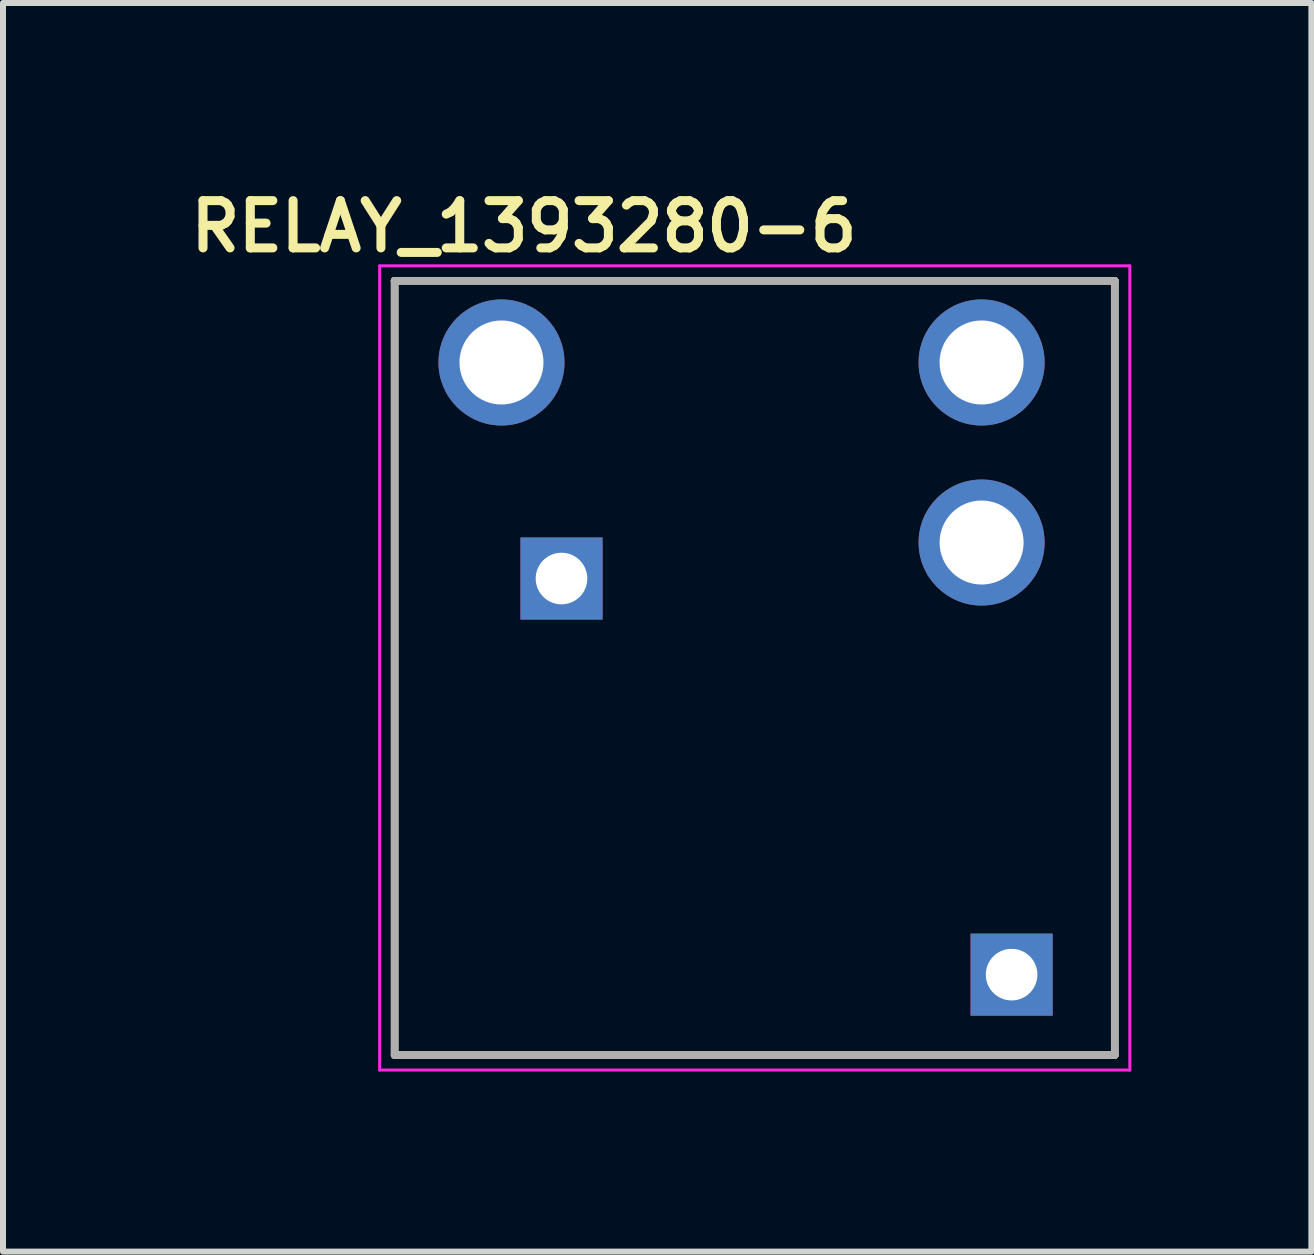
<source format=kicad_pcb>
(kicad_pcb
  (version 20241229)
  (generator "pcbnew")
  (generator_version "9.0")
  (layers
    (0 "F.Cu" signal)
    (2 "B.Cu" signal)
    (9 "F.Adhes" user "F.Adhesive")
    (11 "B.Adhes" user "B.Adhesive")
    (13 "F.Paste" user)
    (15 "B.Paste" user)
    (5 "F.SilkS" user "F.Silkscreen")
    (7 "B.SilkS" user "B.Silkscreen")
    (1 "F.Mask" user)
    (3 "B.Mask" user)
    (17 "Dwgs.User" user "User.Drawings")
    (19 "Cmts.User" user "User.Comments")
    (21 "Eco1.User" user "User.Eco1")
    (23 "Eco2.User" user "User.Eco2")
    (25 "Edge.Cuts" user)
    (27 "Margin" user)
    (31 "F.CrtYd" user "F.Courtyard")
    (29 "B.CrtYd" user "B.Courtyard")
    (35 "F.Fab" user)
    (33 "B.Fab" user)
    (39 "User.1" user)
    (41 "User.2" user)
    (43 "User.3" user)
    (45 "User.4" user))
  (footprint "RELAY_1393280-6"
    (layer "F.Cu")
    (at 9.526 2.99)
    (property "Reference" "RELAY_1393280-6" (at -3.846 -2.266 0) (layer "F.SilkS") (effects (font (size 0.788 0.788) (thickness 0.15))))
    (attr through_hole)
    (fp_line (start -6 -1.36) (end -6 -1.358) (stroke (width 0.127) (type solid)) (layer "F.SilkS"))
    (fp_line (start -6 -1.356) (end -6 11.54) (stroke (width 0.127) (type solid)) (layer "F.SilkS"))
    (fp_line (start -6 11.54) (end 5.999 11.54) (stroke (width 0.127) (type solid)) (layer "F.SilkS"))
    (fp_line (start -5.994 -1.356) (end -6 -1.356) (stroke (width 0.127) (type solid)) (layer "F.SilkS"))
    (fp_line (start 5.999 -1.36) (end -6 -1.36) (stroke (width 0.127) (type solid)) (layer "F.SilkS"))
    (fp_line (start 5.999 11.54) (end 5.999 -1.36) (stroke (width 0.127) (type solid)) (layer "F.SilkS"))
    (fp_line (start -6.25 -1.61) (end -6.25 11.79) (stroke (width 0.05) (type solid)) (layer "F.CrtYd"))
    (fp_line (start -6.25 11.79) (end 6.25 11.79) (stroke (width 0.05) (type solid)) (layer "F.CrtYd"))
    (fp_line (start 6.25 -1.61) (end -6.25 -1.61) (stroke (width 0.05) (type solid)) (layer "F.CrtYd"))
    (fp_line (start 6.25 11.79) (end 6.25 -1.61) (stroke (width 0.05) (type solid)) (layer "F.CrtYd"))
    (fp_line (start -6 -1.36) (end 6 -1.36) (stroke (width 0.127) (type solid)) (layer "F.Fab"))
    (fp_line (start -6 11.54) (end -6 -1.36) (stroke (width 0.127) (type solid)) (layer "F.Fab"))
    (fp_line (start 6 -1.36) (end 6 11.54) (stroke (width 0.127) (type solid)) (layer "F.Fab"))
    (fp_line (start 6 11.54) (end -6 11.54) (stroke (width 0.127) (type solid)) (layer "F.Fab"))
    (pad "1" thru_hole rect (at -3.22 3.6) (size 1.368 1.368) (drill 0.86) (layers "*.Cu" "*.Mask"))
    (pad "2" thru_hole rect (at 4.28 10.2) (size 1.368 1.368) (drill 0.86) (layers "*.Cu" "*.Mask"))
    (pad "3" thru_hole circle (at 3.78 0) (size 2.1 2.1) (drill 1.4) (layers "*.Cu" "*.Mask"))
    (pad "4" thru_hole circle (at -4.22 0) (size 2.1 2.1) (drill 1.4) (layers "*.Cu" "*.Mask"))
    (pad "5" thru_hole circle (at 3.78 3) (size 2.1 2.1) (drill 1.4) (layers "*.Cu" "*.Mask")))
  (gr_rect
    (start -3 -3)
    (end 18.801 17.805)
    (stroke (width 0.1) (type default))
    (fill no)
    (layer "Edge.Cuts")))
</source>
